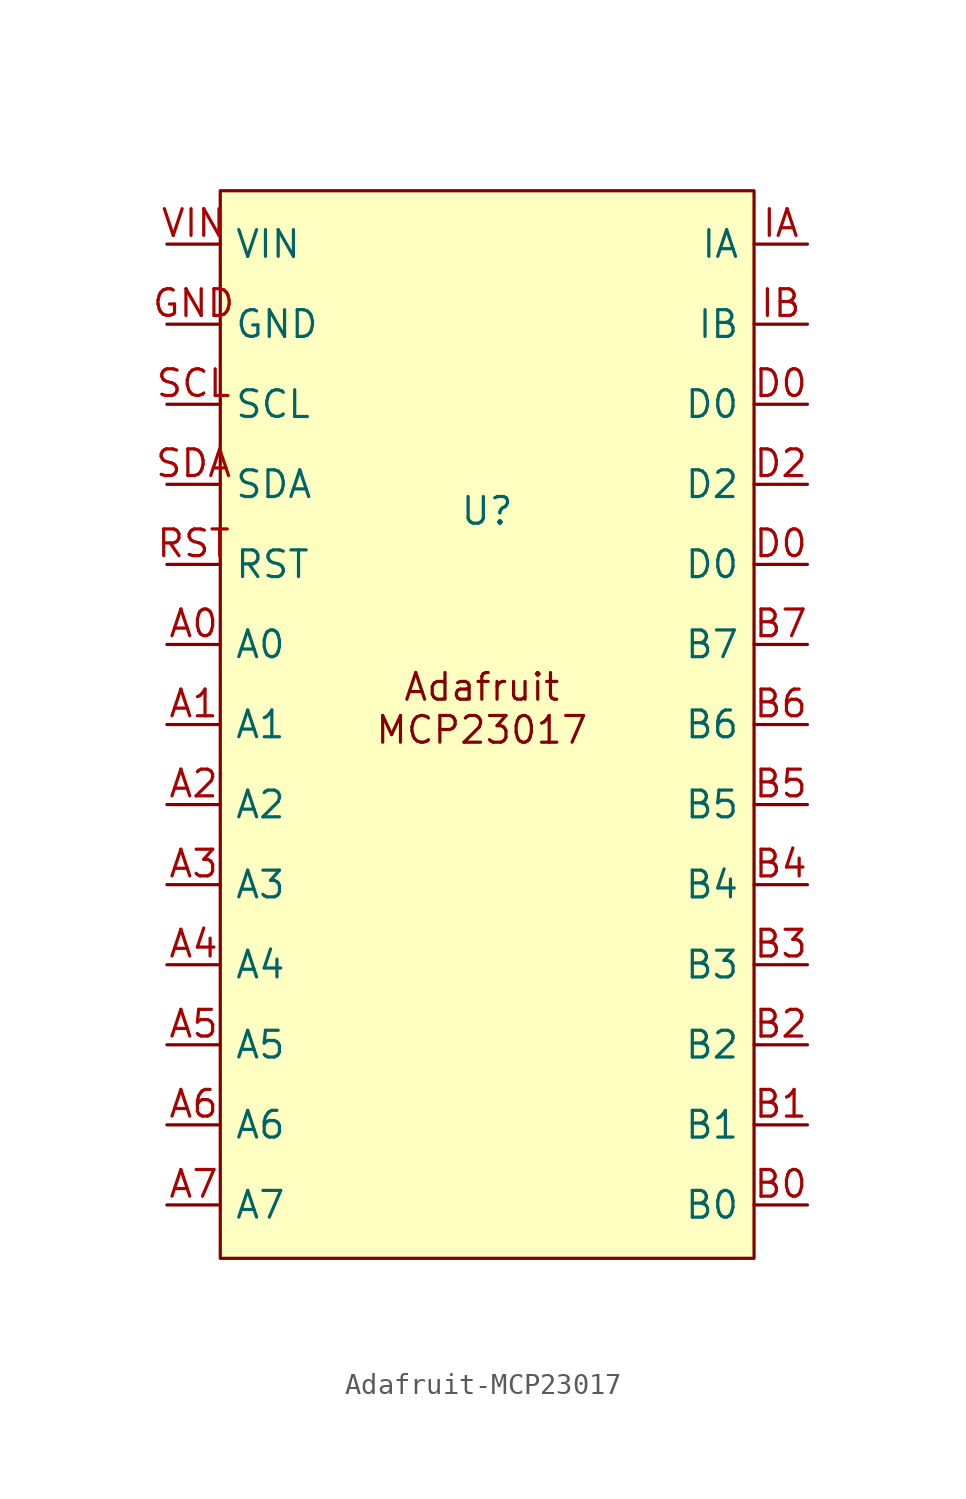
<source format=kicad_sym>
(kicad_symbol_lib
  (version 20241209)
  (generator "kicad_symbol_editor")
  (generator_version "9.0")
  (symbol "Adafruit-MCP23017"
    (pin_names
      (offset 0.66))
    (property "Reference" "U"
      (at 0 8.89 0)
      (effects (font (size 1.27 1.27))))
    (property "Value" ""
      (at 0 0 0)
      (effects (font (size 1.27 1.27))))
    (symbol "Adafruit-MCP23017_1_1"
      (rectangle (start -12.7 24.13) (end 12.7 -26.67) (stroke (width 0) (type solid)) (fill (type color) (color 255 255 194 1)))
      (text "Adafruit\nMCP23017\n" (at -0.254 -0.508 0) (effects (font (size 1.27 1.27))))
      (pin power_in line (at -15.24 21.59 0) (length 2.54) (name "VIN" (effects (font (size 1.27 1.27)))) (number "VIN" (effects (font (size 1.27 1.27)))))
      (pin power_in line (at -15.24 17.78 0) (length 2.54) (name "GND" (effects (font (size 1.27 1.27)))) (number "GND" (effects (font (size 1.27 1.27)))))
      (pin input line (at -15.24 13.97 0) (length 2.54) (name "SCL" (effects (font (size 1.27 1.27)))) (number "SCL" (effects (font (size 1.27 1.27)))))
      (pin bidirectional line (at -15.24 10.16 0) (length 2.54) (name "SDA" (effects (font (size 1.27 1.27)))) (number "SDA" (effects (font (size 1.27 1.27)))))
      (pin input line (at -15.24 6.35 0) (length 2.54) (name "RST" (effects (font (size 1.27 1.27)))) (number "RST" (effects (font (size 1.27 1.27)))))
      (pin bidirectional line (at -15.24 2.54 0) (length 2.54) (name "A0" (effects (font (size 1.27 1.27)))) (number "A0" (effects (font (size 1.27 1.27)))))
      (pin bidirectional line (at -15.24 -1.27 0) (length 2.54) (name "A1" (effects (font (size 1.27 1.27)))) (number "A1" (effects (font (size 1.27 1.27)))))
      (pin bidirectional line (at -15.24 -5.08 0) (length 2.54) (name "A2" (effects (font (size 1.27 1.27)))) (number "A2" (effects (font (size 1.27 1.27)))))
      (pin bidirectional line (at -15.24 -8.89 0) (length 2.54) (name "A3" (effects (font (size 1.27 1.27)))) (number "A3" (effects (font (size 1.27 1.27)))))
      (pin bidirectional line (at -15.24 -12.7 0) (length 2.54) (name "A4" (effects (font (size 1.27 1.27)))) (number "A4" (effects (font (size 1.27 1.27)))))
      (pin bidirectional line (at -15.24 -16.51 0) (length 2.54) (name "A5" (effects (font (size 1.27 1.27)))) (number "A5" (effects (font (size 1.27 1.27)))))
      (pin bidirectional line (at -15.24 -20.32 0) (length 2.54) (name "A6" (effects (font (size 1.27 1.27)))) (number "A6" (effects (font (size 1.27 1.27)))))
      (pin bidirectional line (at -15.24 -24.13 0) (length 2.54) (name "A7" (effects (font (size 1.27 1.27)))) (number "A7" (effects (font (size 1.27 1.27)))))
      (pin output line (at 15.24 21.59 180) (length 2.54) (name "IA" (effects (font (size 1.27 1.27)))) (number "IA" (effects (font (size 1.27 1.27)))))
      (pin output line (at 15.24 17.78 180) (length 2.54) (name "IB" (effects (font (size 1.27 1.27)))) (number "IB" (effects (font (size 1.27 1.27)))))
      (pin bidirectional line (at 15.24 13.97 180) (length 2.54) (name "D0" (effects (font (size 1.27 1.27)))) (number "D0" (effects (font (size 1.27 1.27)))))
      (pin bidirectional line (at 15.24 10.16 180) (length 2.54) (name "D2" (effects (font (size 1.27 1.27)))) (number "D2" (effects (font (size 1.27 1.27)))))
      (pin bidirectional line (at 15.24 6.35 180) (length 2.54) (name "D0" (effects (font (size 1.27 1.27)))) (number "D0" (effects (font (size 1.27 1.27)))))
      (pin bidirectional line (at 15.24 2.54 180) (length 2.54) (name "B7" (effects (font (size 1.27 1.27)))) (number "B7" (effects (font (size 1.27 1.27)))))
      (pin bidirectional line (at 15.24 -1.27 180) (length 2.54) (name "B6" (effects (font (size 1.27 1.27)))) (number "B6" (effects (font (size 1.27 1.27)))))
      (pin bidirectional line (at 15.24 -5.08 180) (length 2.54) (name "B5" (effects (font (size 1.27 1.27)))) (number "B5" (effects (font (size 1.27 1.27)))))
      (pin bidirectional line (at 15.24 -8.89 180) (length 2.54) (name "B4" (effects (font (size 1.27 1.27)))) (number "B4" (effects (font (size 1.27 1.27)))))
      (pin bidirectional line (at 15.24 -12.7 180) (length 2.54) (name "B3" (effects (font (size 1.27 1.27)))) (number "B3" (effects (font (size 1.27 1.27)))))
      (pin bidirectional line (at 15.24 -16.51 180) (length 2.54) (name "B2" (effects (font (size 1.27 1.27)))) (number "B2" (effects (font (size 1.27 1.27)))))
      (pin bidirectional line (at 15.24 -20.32 180) (length 2.54) (name "B1" (effects (font (size 1.27 1.27)))) (number "B1" (effects (font (size 1.27 1.27)))))
      (pin bidirectional line (at 15.24 -24.13 180) (length 2.54) (name "B0" (effects (font (size 1.27 1.27)))) (number "B0" (effects (font (size 1.27 1.27))))))))
</source>
